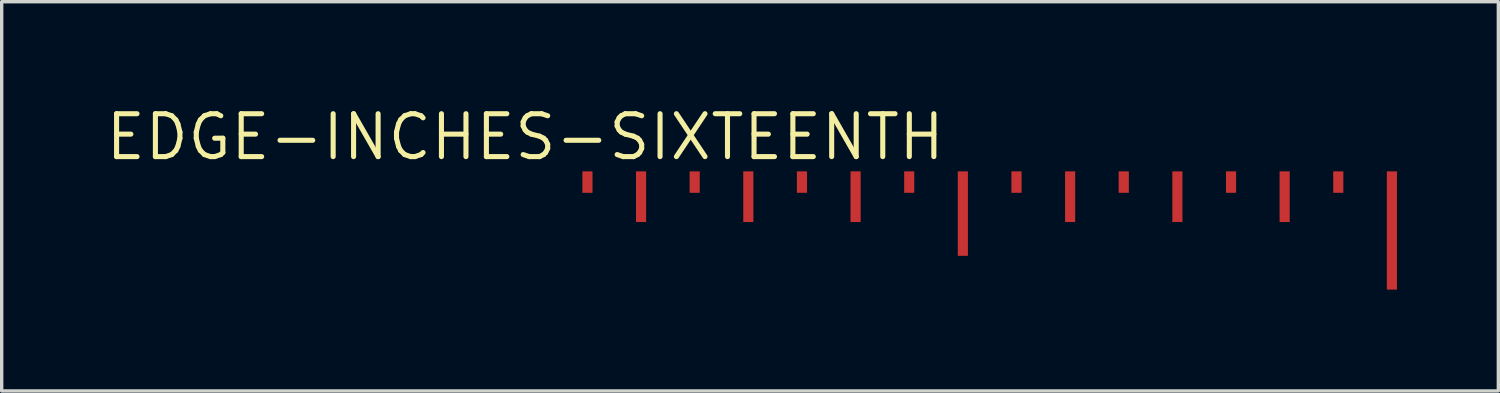
<source format=kicad_pcb>
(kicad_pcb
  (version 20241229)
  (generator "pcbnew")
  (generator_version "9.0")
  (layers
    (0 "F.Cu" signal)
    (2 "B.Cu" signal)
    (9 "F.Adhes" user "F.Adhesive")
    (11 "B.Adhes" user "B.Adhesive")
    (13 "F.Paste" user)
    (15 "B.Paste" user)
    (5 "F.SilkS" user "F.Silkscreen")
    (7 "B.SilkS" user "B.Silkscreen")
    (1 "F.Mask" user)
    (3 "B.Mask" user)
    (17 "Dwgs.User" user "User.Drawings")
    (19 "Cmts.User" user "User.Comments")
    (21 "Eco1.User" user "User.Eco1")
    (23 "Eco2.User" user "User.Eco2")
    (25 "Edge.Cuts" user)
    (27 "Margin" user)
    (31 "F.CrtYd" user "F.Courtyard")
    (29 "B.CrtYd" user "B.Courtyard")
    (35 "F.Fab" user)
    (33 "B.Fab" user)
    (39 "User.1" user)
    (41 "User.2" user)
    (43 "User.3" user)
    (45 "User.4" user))
  (footprint "EDGE-INCHES-SIXTEENTH"
    (layer "F.Cu")
    (at 12.75 2.022)
    (property "Reference" "EDGE-INCHES-SIXTEENTH" (at -0.254 -1.016 0) (layer "F.SilkS") (effects (font (size 1.27 1.27) (thickness 0.15))))
    (attr through_hole)
    (fp_poly (pts (xy 1.438 0.635) (xy 1.738 0.635) (xy 1.738 0) (xy 1.438 0)) (stroke (width 0) (type solid)) (fill yes) (layer "F.Cu"))
    (fp_poly (pts (xy 3.025 1.5) (xy 3.325 1.5) (xy 3.325 0) (xy 3.025 0)) (stroke (width 0) (type solid)) (fill yes) (layer "F.Cu"))
    (fp_poly (pts (xy 4.612 0.635) (xy 4.912 0.635) (xy 4.912 0) (xy 4.612 0)) (stroke (width 0) (type solid)) (fill yes) (layer "F.Cu"))
    (fp_poly (pts (xy 6.2 1.5) (xy 6.5 1.5) (xy 6.5 0) (xy 6.2 0)) (stroke (width 0) (type solid)) (fill yes) (layer "F.Cu"))
    (fp_poly (pts (xy 7.787 0.635) (xy 8.088 0.635) (xy 8.088 0) (xy 7.787 0)) (stroke (width 0) (type solid)) (fill yes) (layer "F.Cu"))
    (fp_poly (pts (xy 9.375 1.5) (xy 9.675 1.5) (xy 9.675 0) (xy 9.375 0)) (stroke (width 0) (type solid)) (fill yes) (layer "F.Cu"))
    (fp_poly (pts (xy 10.963 0.635) (xy 11.262 0.635) (xy 11.262 0) (xy 10.963 0)) (stroke (width 0) (type solid)) (fill yes) (layer "F.Cu"))
    (fp_poly (pts (xy 12.55 2.5) (xy 12.85 2.5) (xy 12.85 0) (xy 12.55 0)) (stroke (width 0) (type solid)) (fill yes) (layer "F.Cu"))
    (fp_poly (pts (xy 14.137 0.635) (xy 14.438 0.635) (xy 14.438 0) (xy 14.137 0)) (stroke (width 0) (type solid)) (fill yes) (layer "F.Cu"))
    (fp_poly (pts (xy 15.725 1.5) (xy 16.025 1.5) (xy 16.025 0) (xy 15.725 0)) (stroke (width 0) (type solid)) (fill yes) (layer "F.Cu"))
    (fp_poly (pts (xy 17.312 0.635) (xy 17.613 0.635) (xy 17.613 0) (xy 17.312 0)) (stroke (width 0) (type solid)) (fill yes) (layer "F.Cu"))
    (fp_poly (pts (xy 18.9 1.5) (xy 19.2 1.5) (xy 19.2 0) (xy 18.9 0)) (stroke (width 0) (type solid)) (fill yes) (layer "F.Cu"))
    (fp_poly (pts (xy 20.488 0.635) (xy 20.788 0.635) (xy 20.788 0) (xy 20.488 0)) (stroke (width 0) (type solid)) (fill yes) (layer "F.Cu"))
    (fp_poly (pts (xy 22.075 1.5) (xy 22.375 1.5) (xy 22.375 0) (xy 22.075 0)) (stroke (width 0) (type solid)) (fill yes) (layer "F.Cu"))
    (fp_poly (pts (xy 23.663 0.635) (xy 23.962 0.635) (xy 23.962 0) (xy 23.663 0)) (stroke (width 0) (type solid)) (fill yes) (layer "F.Cu"))
    (fp_poly (pts (xy 25.25 3.5) (xy 25.55 3.5) (xy 25.55 0) (xy 25.25 0)) (stroke (width 0) (type solid)) (fill yes) (layer "F.Cu"))
    (fp_poly (pts (xy 1.438 0.635) (xy 1.738 0.635) (xy 1.738 0) (xy 1.438 0)) (stroke (width 0) (type solid)) (fill yes) (layer "F.Mask"))
    (fp_poly (pts (xy 3.025 1.5) (xy 3.325 1.5) (xy 3.325 0) (xy 3.025 0)) (stroke (width 0) (type solid)) (fill yes) (layer "F.Mask"))
    (fp_poly (pts (xy 4.612 0.635) (xy 4.912 0.635) (xy 4.912 0) (xy 4.612 0)) (stroke (width 0) (type solid)) (fill yes) (layer "F.Mask"))
    (fp_poly (pts (xy 6.2 1.5) (xy 6.5 1.5) (xy 6.5 0) (xy 6.2 0)) (stroke (width 0) (type solid)) (fill yes) (layer "F.Mask"))
    (fp_poly (pts (xy 7.787 0.635) (xy 8.088 0.635) (xy 8.088 0) (xy 7.787 0)) (stroke (width 0) (type solid)) (fill yes) (layer "F.Mask"))
    (fp_poly (pts (xy 9.375 1.5) (xy 9.675 1.5) (xy 9.675 0) (xy 9.375 0)) (stroke (width 0) (type solid)) (fill yes) (layer "F.Mask"))
    (fp_poly (pts (xy 10.963 0.635) (xy 11.262 0.635) (xy 11.262 0) (xy 10.963 0)) (stroke (width 0) (type solid)) (fill yes) (layer "F.Mask"))
    (fp_poly (pts (xy 12.55 2.5) (xy 12.85 2.5) (xy 12.85 0) (xy 12.55 0)) (stroke (width 0) (type solid)) (fill yes) (layer "F.Mask"))
    (fp_poly (pts (xy 14.137 0.635) (xy 14.438 0.635) (xy 14.438 0) (xy 14.137 0)) (stroke (width 0) (type solid)) (fill yes) (layer "F.Mask"))
    (fp_poly (pts (xy 15.725 1.5) (xy 16.025 1.5) (xy 16.025 0) (xy 15.725 0)) (stroke (width 0) (type solid)) (fill yes) (layer "F.Mask"))
    (fp_poly (pts (xy 17.312 0.635) (xy 17.613 0.635) (xy 17.613 0) (xy 17.312 0)) (stroke (width 0) (type solid)) (fill yes) (layer "F.Mask"))
    (fp_poly (pts (xy 18.9 1.5) (xy 19.2 1.5) (xy 19.2 0) (xy 18.9 0)) (stroke (width 0) (type solid)) (fill yes) (layer "F.Mask"))
    (fp_poly (pts (xy 20.488 0.635) (xy 20.788 0.635) (xy 20.788 0) (xy 20.488 0)) (stroke (width 0) (type solid)) (fill yes) (layer "F.Mask"))
    (fp_poly (pts (xy 22.075 1.5) (xy 22.375 1.5) (xy 22.375 0) (xy 22.075 0)) (stroke (width 0) (type solid)) (fill yes) (layer "F.Mask"))
    (fp_poly (pts (xy 23.663 0.635) (xy 23.962 0.635) (xy 23.962 0) (xy 23.663 0)) (stroke (width 0) (type solid)) (fill yes) (layer "F.Mask"))
    (fp_poly (pts (xy 25.25 3.5) (xy 25.55 3.5) (xy 25.55 0) (xy 25.25 0)) (stroke (width 0) (type solid)) (fill yes) (layer "F.Mask")))
  (gr_rect
    (start -3 -3)
    (end 41.3 8.522)
    (stroke (width 0.1) (type default))
    (fill no)
    (layer "Edge.Cuts")))
</source>
